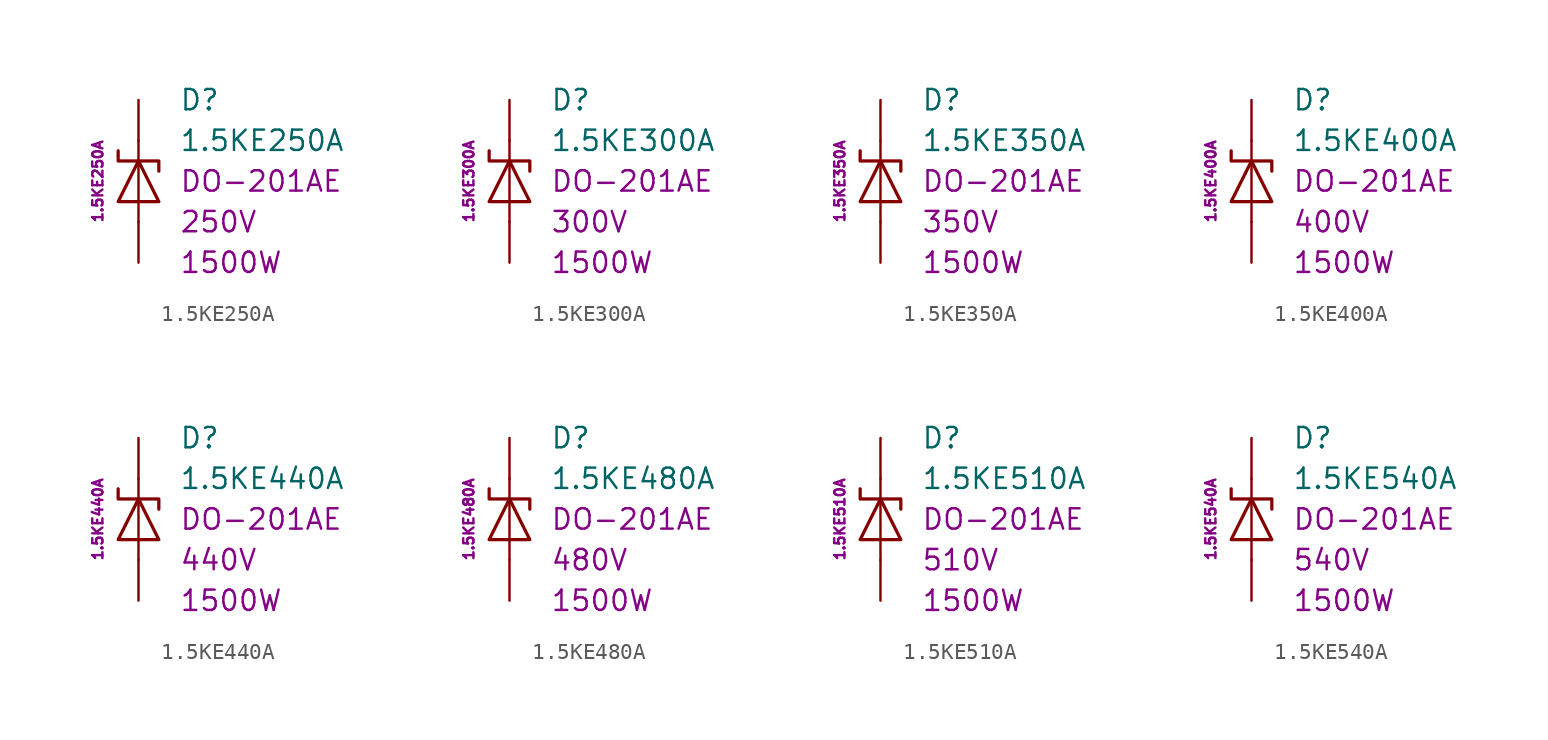
<source format=kicad_sym>
(kicad_symbol_lib
  (version 20201005)
  (generator kicad_symbol_editor)
  (symbol "1.5KE250A"
    (pin_numbers hide)
    (pin_names
      (offset 1.016) hide)
    (property "Reference" "D"
      (at 2.54 5.08 0)
      (effects (font (size 1.27 1.27)) (justify left)))
    (property "Value" "1.5KE250A"
      (at 2.54 2.54 0)
      (effects (font (size 1.27 1.27)) (justify left)))
    (property "Package" "DO-201AE"
      (at 2.54 0 0)
      (effects (font (size 1.27 1.27)) (justify left)))
    (property "Voltage" "250V"
      (at 2.54 -2.54 0)
      (effects (font (size 1.27 1.27)) (justify left)))
    (property "PeakPulsePower" "1500W"
      (at 2.54 -5.08 0)
      (effects (font (size 1.27 1.27)) (justify left)))
    (property "MPN" "1.5KE250A"
      (at -2.54 0 90)
      (effects (font (size 0.635 0.635))))
    (symbol "1.5KE250A_0_1"
      (polyline (pts (xy 0 -2.54) (xy 0 -1.27)) (stroke (width 0)) (fill (type none)))
      (polyline (pts (xy 0 -1.27) (xy 0 1.27)) (stroke (width 0)) (fill (type none)))
      (polyline (pts (xy 0 2.54) (xy 0 1.27)) (stroke (width 0)) (fill (type none)))
      (polyline (pts (xy -1.27 -1.27) (xy 1.27 -1.27) (xy 0 1.27) (xy -1.27 -1.27)) (stroke (width 0.203)) (fill (type none)))
      (polyline (pts (xy -1.27 1.905) (xy -1.27 1.27) (xy 1.27 1.27) (xy 1.27 0.635)) (stroke (width 0.203)) (fill (type none))))
    (symbol "1.5KE250A_1_1"
      (pin passive line (at 0 5.08 270) (length 2.54) (name "K" (effects (font (size 1.27 1.27)))) (number "1" (effects (font (size 1.27 1.27)))))
      (pin passive line (at 0 -5.08 90) (length 2.54) (name "A" (effects (font (size 1.27 1.27)))) (number "2" (effects (font (size 1.27 1.27)))))))
  (symbol "1.5KE300A"
    (pin_numbers hide)
    (pin_names
      (offset 1.016) hide)
    (property "Reference" "D"
      (at 2.54 5.08 0)
      (effects (font (size 1.27 1.27)) (justify left)))
    (property "Value" "1.5KE300A"
      (at 2.54 2.54 0)
      (effects (font (size 1.27 1.27)) (justify left)))
    (property "Package" "DO-201AE"
      (at 2.54 0 0)
      (effects (font (size 1.27 1.27)) (justify left)))
    (property "Voltage" "300V"
      (at 2.54 -2.54 0)
      (effects (font (size 1.27 1.27)) (justify left)))
    (property "PeakPulsePower" "1500W"
      (at 2.54 -5.08 0)
      (effects (font (size 1.27 1.27)) (justify left)))
    (property "MPN" "1.5KE300A"
      (at -2.54 0 90)
      (effects (font (size 0.635 0.635))))
    (symbol "1.5KE300A_0_1"
      (polyline (pts (xy 0 -2.54) (xy 0 -1.27)) (stroke (width 0)) (fill (type none)))
      (polyline (pts (xy 0 -1.27) (xy 0 1.27)) (stroke (width 0)) (fill (type none)))
      (polyline (pts (xy 0 2.54) (xy 0 1.27)) (stroke (width 0)) (fill (type none)))
      (polyline (pts (xy -1.27 -1.27) (xy 1.27 -1.27) (xy 0 1.27) (xy -1.27 -1.27)) (stroke (width 0.203)) (fill (type none)))
      (polyline (pts (xy -1.27 1.905) (xy -1.27 1.27) (xy 1.27 1.27) (xy 1.27 0.635)) (stroke (width 0.203)) (fill (type none))))
    (symbol "1.5KE300A_1_1"
      (pin passive line (at 0 5.08 270) (length 2.54) (name "K" (effects (font (size 1.27 1.27)))) (number "1" (effects (font (size 1.27 1.27)))))
      (pin passive line (at 0 -5.08 90) (length 2.54) (name "A" (effects (font (size 1.27 1.27)))) (number "2" (effects (font (size 1.27 1.27)))))))
  (symbol "1.5KE350A"
    (pin_numbers hide)
    (pin_names
      (offset 1.016) hide)
    (property "Reference" "D"
      (at 2.54 5.08 0)
      (effects (font (size 1.27 1.27)) (justify left)))
    (property "Value" "1.5KE350A"
      (at 2.54 2.54 0)
      (effects (font (size 1.27 1.27)) (justify left)))
    (property "Package" "DO-201AE"
      (at 2.54 0 0)
      (effects (font (size 1.27 1.27)) (justify left)))
    (property "Voltage" "350V"
      (at 2.54 -2.54 0)
      (effects (font (size 1.27 1.27)) (justify left)))
    (property "PeakPulsePower" "1500W"
      (at 2.54 -5.08 0)
      (effects (font (size 1.27 1.27)) (justify left)))
    (property "MPN" "1.5KE350A"
      (at -2.54 0 90)
      (effects (font (size 0.635 0.635))))
    (symbol "1.5KE350A_0_1"
      (polyline (pts (xy 0 -2.54) (xy 0 -1.27)) (stroke (width 0)) (fill (type none)))
      (polyline (pts (xy 0 -1.27) (xy 0 1.27)) (stroke (width 0)) (fill (type none)))
      (polyline (pts (xy 0 2.54) (xy 0 1.27)) (stroke (width 0)) (fill (type none)))
      (polyline (pts (xy -1.27 -1.27) (xy 1.27 -1.27) (xy 0 1.27) (xy -1.27 -1.27)) (stroke (width 0.203)) (fill (type none)))
      (polyline (pts (xy -1.27 1.905) (xy -1.27 1.27) (xy 1.27 1.27) (xy 1.27 0.635)) (stroke (width 0.203)) (fill (type none))))
    (symbol "1.5KE350A_1_1"
      (pin passive line (at 0 5.08 270) (length 2.54) (name "K" (effects (font (size 1.27 1.27)))) (number "1" (effects (font (size 1.27 1.27)))))
      (pin passive line (at 0 -5.08 90) (length 2.54) (name "A" (effects (font (size 1.27 1.27)))) (number "2" (effects (font (size 1.27 1.27)))))))
  (symbol "1.5KE400A"
    (pin_numbers hide)
    (pin_names
      (offset 1.016) hide)
    (property "Reference" "D"
      (at 2.54 5.08 0)
      (effects (font (size 1.27 1.27)) (justify left)))
    (property "Value" "1.5KE400A"
      (at 2.54 2.54 0)
      (effects (font (size 1.27 1.27)) (justify left)))
    (property "Package" "DO-201AE"
      (at 2.54 0 0)
      (effects (font (size 1.27 1.27)) (justify left)))
    (property "Voltage" "400V"
      (at 2.54 -2.54 0)
      (effects (font (size 1.27 1.27)) (justify left)))
    (property "PeakPulsePower" "1500W"
      (at 2.54 -5.08 0)
      (effects (font (size 1.27 1.27)) (justify left)))
    (property "MPN" "1.5KE400A"
      (at -2.54 0 90)
      (effects (font (size 0.635 0.635))))
    (symbol "1.5KE400A_0_1"
      (polyline (pts (xy 0 -2.54) (xy 0 -1.27)) (stroke (width 0)) (fill (type none)))
      (polyline (pts (xy 0 -1.27) (xy 0 1.27)) (stroke (width 0)) (fill (type none)))
      (polyline (pts (xy 0 2.54) (xy 0 1.27)) (stroke (width 0)) (fill (type none)))
      (polyline (pts (xy -1.27 -1.27) (xy 1.27 -1.27) (xy 0 1.27) (xy -1.27 -1.27)) (stroke (width 0.203)) (fill (type none)))
      (polyline (pts (xy -1.27 1.905) (xy -1.27 1.27) (xy 1.27 1.27) (xy 1.27 0.635)) (stroke (width 0.203)) (fill (type none))))
    (symbol "1.5KE400A_1_1"
      (pin passive line (at 0 5.08 270) (length 2.54) (name "K" (effects (font (size 1.27 1.27)))) (number "1" (effects (font (size 1.27 1.27)))))
      (pin passive line (at 0 -5.08 90) (length 2.54) (name "A" (effects (font (size 1.27 1.27)))) (number "2" (effects (font (size 1.27 1.27)))))))
  (symbol "1.5KE440A"
    (pin_numbers hide)
    (pin_names
      (offset 1.016) hide)
    (property "Reference" "D"
      (at 2.54 5.08 0)
      (effects (font (size 1.27 1.27)) (justify left)))
    (property "Value" "1.5KE440A"
      (at 2.54 2.54 0)
      (effects (font (size 1.27 1.27)) (justify left)))
    (property "Package" "DO-201AE"
      (at 2.54 0 0)
      (effects (font (size 1.27 1.27)) (justify left)))
    (property "Voltage" "440V"
      (at 2.54 -2.54 0)
      (effects (font (size 1.27 1.27)) (justify left)))
    (property "PeakPulsePower" "1500W"
      (at 2.54 -5.08 0)
      (effects (font (size 1.27 1.27)) (justify left)))
    (property "MPN" "1.5KE440A"
      (at -2.54 0 90)
      (effects (font (size 0.635 0.635))))
    (symbol "1.5KE440A_0_1"
      (polyline (pts (xy 0 -2.54) (xy 0 -1.27)) (stroke (width 0)) (fill (type none)))
      (polyline (pts (xy 0 -1.27) (xy 0 1.27)) (stroke (width 0)) (fill (type none)))
      (polyline (pts (xy 0 2.54) (xy 0 1.27)) (stroke (width 0)) (fill (type none)))
      (polyline (pts (xy -1.27 -1.27) (xy 1.27 -1.27) (xy 0 1.27) (xy -1.27 -1.27)) (stroke (width 0.203)) (fill (type none)))
      (polyline (pts (xy -1.27 1.905) (xy -1.27 1.27) (xy 1.27 1.27) (xy 1.27 0.635)) (stroke (width 0.203)) (fill (type none))))
    (symbol "1.5KE440A_1_1"
      (pin passive line (at 0 5.08 270) (length 2.54) (name "K" (effects (font (size 1.27 1.27)))) (number "1" (effects (font (size 1.27 1.27)))))
      (pin passive line (at 0 -5.08 90) (length 2.54) (name "A" (effects (font (size 1.27 1.27)))) (number "2" (effects (font (size 1.27 1.27)))))))
  (symbol "1.5KE480A"
    (pin_numbers hide)
    (pin_names
      (offset 1.016) hide)
    (property "Reference" "D"
      (at 2.54 5.08 0)
      (effects (font (size 1.27 1.27)) (justify left)))
    (property "Value" "1.5KE480A"
      (at 2.54 2.54 0)
      (effects (font (size 1.27 1.27)) (justify left)))
    (property "Package" "DO-201AE"
      (at 2.54 0 0)
      (effects (font (size 1.27 1.27)) (justify left)))
    (property "Voltage" "480V"
      (at 2.54 -2.54 0)
      (effects (font (size 1.27 1.27)) (justify left)))
    (property "PeakPulsePower" "1500W"
      (at 2.54 -5.08 0)
      (effects (font (size 1.27 1.27)) (justify left)))
    (property "MPN" "1.5KE480A"
      (at -2.54 0 90)
      (effects (font (size 0.635 0.635))))
    (symbol "1.5KE480A_0_1"
      (polyline (pts (xy 0 -2.54) (xy 0 -1.27)) (stroke (width 0)) (fill (type none)))
      (polyline (pts (xy 0 -1.27) (xy 0 1.27)) (stroke (width 0)) (fill (type none)))
      (polyline (pts (xy 0 2.54) (xy 0 1.27)) (stroke (width 0)) (fill (type none)))
      (polyline (pts (xy -1.27 -1.27) (xy 1.27 -1.27) (xy 0 1.27) (xy -1.27 -1.27)) (stroke (width 0.203)) (fill (type none)))
      (polyline (pts (xy -1.27 1.905) (xy -1.27 1.27) (xy 1.27 1.27) (xy 1.27 0.635)) (stroke (width 0.203)) (fill (type none))))
    (symbol "1.5KE480A_1_1"
      (pin passive line (at 0 5.08 270) (length 2.54) (name "K" (effects (font (size 1.27 1.27)))) (number "1" (effects (font (size 1.27 1.27)))))
      (pin passive line (at 0 -5.08 90) (length 2.54) (name "A" (effects (font (size 1.27 1.27)))) (number "2" (effects (font (size 1.27 1.27)))))))
  (symbol "1.5KE510A"
    (pin_numbers hide)
    (pin_names
      (offset 1.016) hide)
    (property "Reference" "D"
      (at 2.54 5.08 0)
      (effects (font (size 1.27 1.27)) (justify left)))
    (property "Value" "1.5KE510A"
      (at 2.54 2.54 0)
      (effects (font (size 1.27 1.27)) (justify left)))
    (property "Package" "DO-201AE"
      (at 2.54 0 0)
      (effects (font (size 1.27 1.27)) (justify left)))
    (property "Voltage" "510V"
      (at 2.54 -2.54 0)
      (effects (font (size 1.27 1.27)) (justify left)))
    (property "PeakPulsePower" "1500W"
      (at 2.54 -5.08 0)
      (effects (font (size 1.27 1.27)) (justify left)))
    (property "MPN" "1.5KE510A"
      (at -2.54 0 90)
      (effects (font (size 0.635 0.635))))
    (symbol "1.5KE510A_0_1"
      (polyline (pts (xy 0 -2.54) (xy 0 -1.27)) (stroke (width 0)) (fill (type none)))
      (polyline (pts (xy 0 -1.27) (xy 0 1.27)) (stroke (width 0)) (fill (type none)))
      (polyline (pts (xy 0 2.54) (xy 0 1.27)) (stroke (width 0)) (fill (type none)))
      (polyline (pts (xy -1.27 -1.27) (xy 1.27 -1.27) (xy 0 1.27) (xy -1.27 -1.27)) (stroke (width 0.203)) (fill (type none)))
      (polyline (pts (xy -1.27 1.905) (xy -1.27 1.27) (xy 1.27 1.27) (xy 1.27 0.635)) (stroke (width 0.203)) (fill (type none))))
    (symbol "1.5KE510A_1_1"
      (pin passive line (at 0 5.08 270) (length 2.54) (name "K" (effects (font (size 1.27 1.27)))) (number "1" (effects (font (size 1.27 1.27)))))
      (pin passive line (at 0 -5.08 90) (length 2.54) (name "A" (effects (font (size 1.27 1.27)))) (number "2" (effects (font (size 1.27 1.27)))))))
  (symbol "1.5KE540A"
    (pin_numbers hide)
    (pin_names
      (offset 1.016) hide)
    (property "Reference" "D"
      (at 2.54 5.08 0)
      (effects (font (size 1.27 1.27)) (justify left)))
    (property "Value" "1.5KE540A"
      (at 2.54 2.54 0)
      (effects (font (size 1.27 1.27)) (justify left)))
    (property "Package" "DO-201AE"
      (at 2.54 0 0)
      (effects (font (size 1.27 1.27)) (justify left)))
    (property "Voltage" "540V"
      (at 2.54 -2.54 0)
      (effects (font (size 1.27 1.27)) (justify left)))
    (property "PeakPulsePower" "1500W"
      (at 2.54 -5.08 0)
      (effects (font (size 1.27 1.27)) (justify left)))
    (property "MPN" "1.5KE540A"
      (at -2.54 0 90)
      (effects (font (size 0.635 0.635))))
    (symbol "1.5KE540A_0_1"
      (polyline (pts (xy 0 -2.54) (xy 0 -1.27)) (stroke (width 0)) (fill (type none)))
      (polyline (pts (xy 0 -1.27) (xy 0 1.27)) (stroke (width 0)) (fill (type none)))
      (polyline (pts (xy 0 2.54) (xy 0 1.27)) (stroke (width 0)) (fill (type none)))
      (polyline (pts (xy -1.27 -1.27) (xy 1.27 -1.27) (xy 0 1.27) (xy -1.27 -1.27)) (stroke (width 0.203)) (fill (type none)))
      (polyline (pts (xy -1.27 1.905) (xy -1.27 1.27) (xy 1.27 1.27) (xy 1.27 0.635)) (stroke (width 0.203)) (fill (type none))))
    (symbol "1.5KE540A_1_1"
      (pin passive line (at 0 5.08 270) (length 2.54) (name "K" (effects (font (size 1.27 1.27)))) (number "1" (effects (font (size 1.27 1.27)))))
      (pin passive line (at 0 -5.08 90) (length 2.54) (name "A" (effects (font (size 1.27 1.27)))) (number "2" (effects (font (size 1.27 1.27))))))))
</source>
